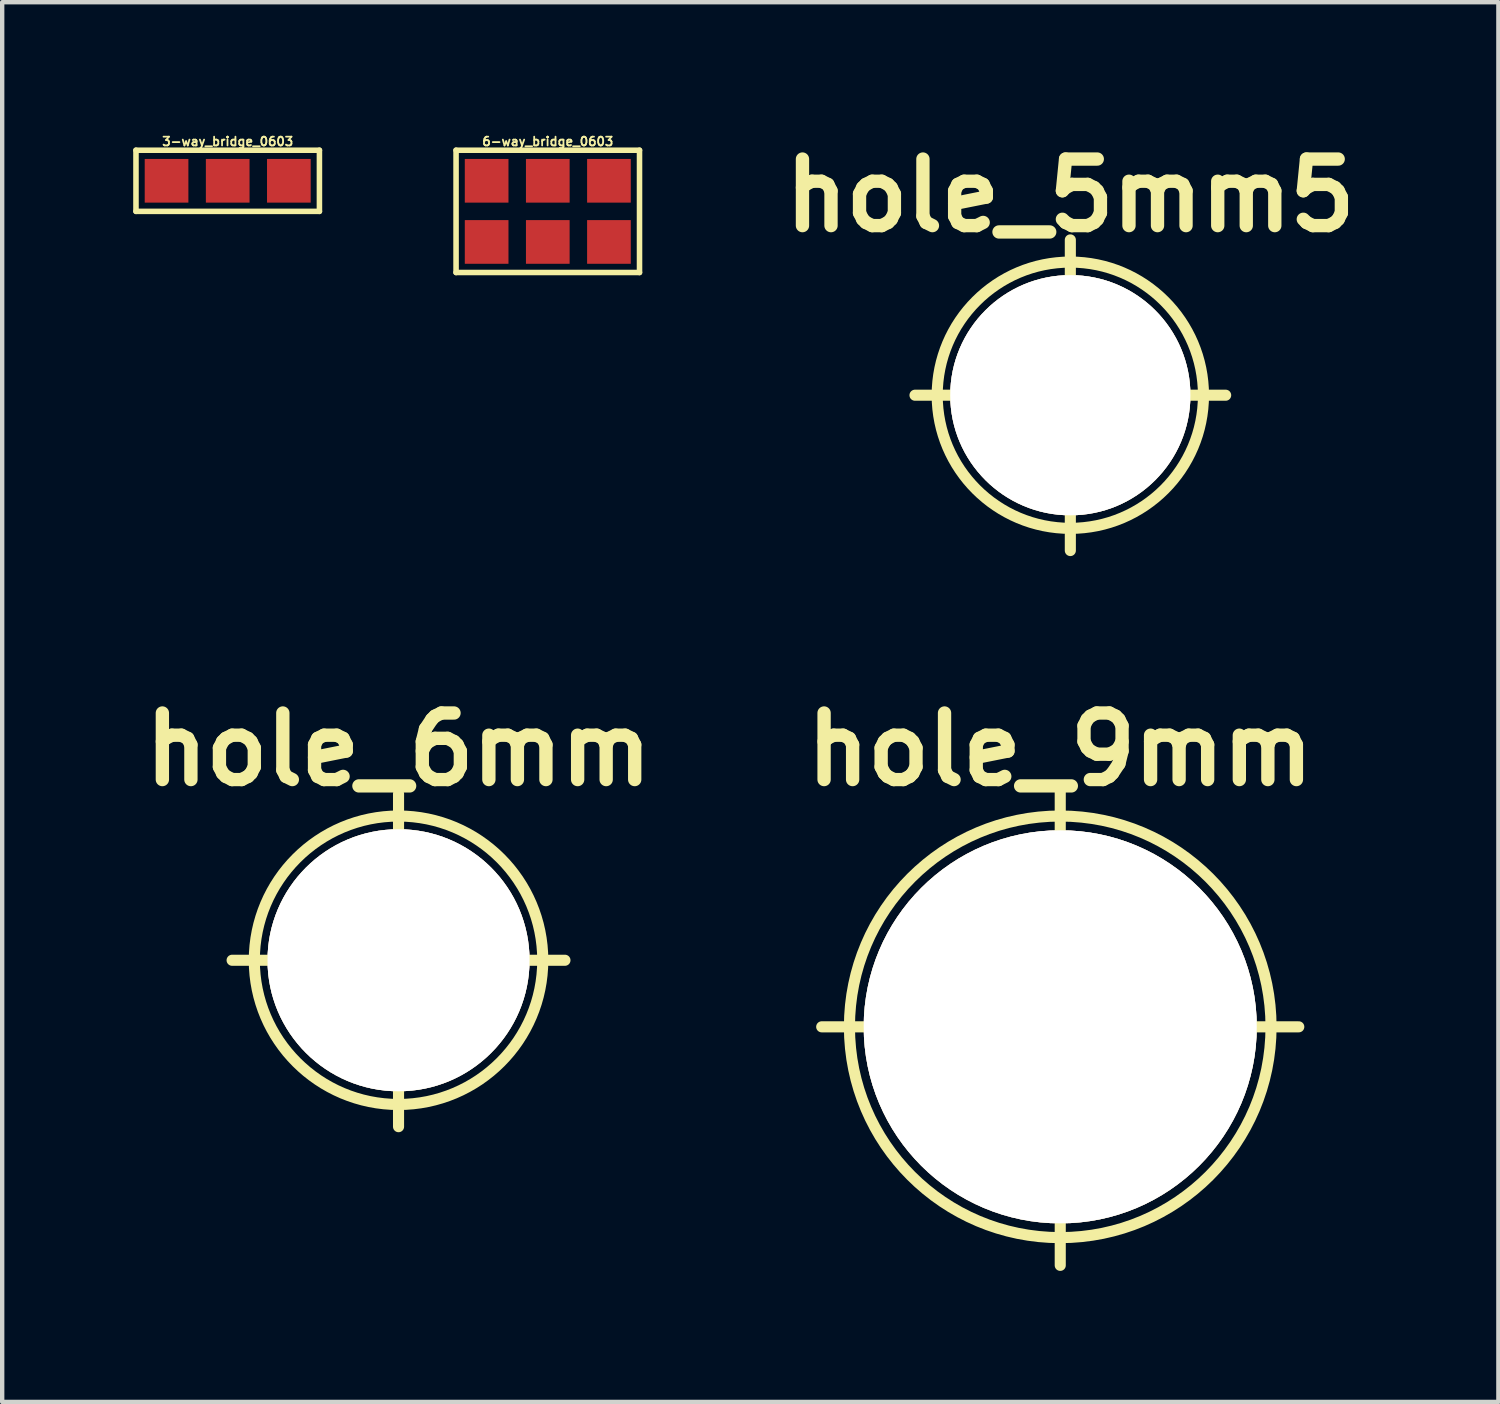
<source format=kicad_pcb>
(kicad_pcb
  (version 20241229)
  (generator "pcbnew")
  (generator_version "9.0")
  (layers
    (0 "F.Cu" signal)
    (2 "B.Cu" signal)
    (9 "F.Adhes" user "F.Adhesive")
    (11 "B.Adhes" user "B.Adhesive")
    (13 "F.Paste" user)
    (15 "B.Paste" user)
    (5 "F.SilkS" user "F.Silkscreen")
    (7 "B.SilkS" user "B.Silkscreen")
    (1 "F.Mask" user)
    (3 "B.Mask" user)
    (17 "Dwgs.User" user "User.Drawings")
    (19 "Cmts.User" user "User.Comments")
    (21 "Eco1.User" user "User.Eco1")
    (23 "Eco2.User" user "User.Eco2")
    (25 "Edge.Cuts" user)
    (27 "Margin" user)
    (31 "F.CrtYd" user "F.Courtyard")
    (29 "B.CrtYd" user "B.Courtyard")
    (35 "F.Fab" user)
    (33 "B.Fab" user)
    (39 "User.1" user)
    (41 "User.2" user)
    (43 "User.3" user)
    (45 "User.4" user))
  (footprint "hole_9mm"
    (layer "F.Cu")
    (at 21.223 20.458)
    (property "Reference" "hole_9mm" (at 0 -6.35 0) (layer "F.SilkS") (effects (font (size 1.524 1.524) (thickness 0.305))))
    (attr through_hole)
    (fp_line (start -5.461 0) (end 5.461 0) (stroke (width 0.254) (type solid)) (layer "F.SilkS"))
    (fp_line (start 0 -5.461) (end 0 5.461) (stroke (width 0.254) (type solid)) (layer "F.SilkS"))
    (fp_circle (center 0 0) (end 4.826 0) (stroke (width 0.254) (type solid)) (fill no) (layer "F.SilkS"))
    (pad "1" thru_hole circle (at 0 0) (size 8.999 8.999) (drill 8.999) (layers "*.Cu" "F.SilkS")))
  (footprint "hole_5mm5"
    (layer "F.Cu")
    (at 21.454 5.998)
    (property "Reference" "hole_5mm5" (at 0 -4.572 0) (layer "F.SilkS") (effects (font (size 1.524 1.524) (thickness 0.305))))
    (attr through_hole)
    (fp_line (start -3.556 0) (end 3.556 0) (stroke (width 0.254) (type solid)) (layer "F.SilkS"))
    (fp_line (start 0 -3.556) (end 0 3.556) (stroke (width 0.254) (type solid)) (layer "F.SilkS"))
    (fp_circle (center 0 0) (end 3.048 0) (stroke (width 0.254) (type solid)) (fill no) (layer "F.SilkS"))
    (pad "1" thru_hole circle (at 0 0) (size 5.499 5.499) (drill 5.499) (layers "*.Cu" "F.SilkS")))
  (footprint "hole_6mm"
    (layer "F.Cu")
    (at 6.074 18.934)
    (property "Reference" "hole_6mm" (at 0 -4.826 0) (layer "F.SilkS") (effects (font (size 1.524 1.524) (thickness 0.305))))
    (attr through_hole)
    (fp_line (start -3.81 0) (end 3.81 0) (stroke (width 0.254) (type solid)) (layer "F.SilkS"))
    (fp_line (start 0 -3.81) (end 0 3.81) (stroke (width 0.254) (type solid)) (layer "F.SilkS"))
    (fp_circle (center 0 0) (end 3.302 0) (stroke (width 0.254) (type solid)) (fill no) (layer "F.SilkS"))
    (pad "1" thru_hole circle (at 0 0) (size 5.999 5.999) (drill 5.999) (layers "*.Cu" "F.SilkS")))
  (footprint "6-way_bridge_0603"
    (layer "F.Cu")
    (at 9.491 1.789)
    (property "Reference" "6-way_bridge_0603" (at 0 -1.6 0) (layer "F.SilkS") (effects (font (size 0.201 0.201) (thickness 0.041))))
    (attr through_hole)
    (fp_line (start -2.1 -1.4) (end 2.1 -1.4) (stroke (width 0.127) (type solid)) (layer "F.SilkS"))
    (fp_line (start -2.1 1.4) (end -2.1 -1.4) (stroke (width 0.127) (type solid)) (layer "F.SilkS"))
    (fp_line (start 2.1 1.4) (end -2.1 1.4) (stroke (width 0.127) (type solid)) (layer "F.SilkS"))
    (fp_line (start 2.1 1.4) (end 2.1 -1.4) (stroke (width 0.127) (type solid)) (layer "F.SilkS"))
    (pad "1" smd rect (at 1.4 -0.7) (size 1 1) (layers "F.Cu" "F.Mask" "F.Paste"))
    (pad "2" smd rect (at 1.4 0.7) (size 1 1) (layers "F.Cu" "F.Mask" "F.Paste"))
    (pad "3" smd rect (at 0 -0.7) (size 1 1) (layers "F.Cu" "F.Mask" "F.Paste"))
    (pad "4" smd rect (at 0 0.7) (size 1 1) (layers "F.Cu" "F.Mask" "F.Paste"))
    (pad "5" smd rect (at -1.4 -0.7) (size 1 1) (layers "F.Cu" "F.Mask" "F.Paste"))
    (pad "6" smd rect (at -1.4 0.7) (size 1 1) (layers "F.Cu" "F.Mask" "F.Paste")))
  (footprint "3-way_bridge_0603"
    (layer "F.Cu")
    (at 2.163 1.089)
    (property "Reference" "3-way_bridge_0603" (at 0 -0.9 0) (layer "F.SilkS") (effects (font (size 0.201 0.201) (thickness 0.041))))
    (attr through_hole)
    (fp_line (start -2.1 -0.7) (end -2.1 0.7) (stroke (width 0.127) (type solid)) (layer "F.SilkS"))
    (fp_line (start -2.1 -0.7) (end 2.1 -0.7) (stroke (width 0.127) (type solid)) (layer "F.SilkS"))
    (fp_line (start 2.1 -0.7) (end 2.1 0.7) (stroke (width 0.127) (type solid)) (layer "F.SilkS"))
    (fp_line (start 2.1 0.7) (end -2.1 0.7) (stroke (width 0.127) (type solid)) (layer "F.SilkS"))
    (pad "1" smd rect (at 1.4 0) (size 1 1) (layers "F.Cu" "F.Mask" "F.Paste"))
    (pad "2" smd rect (at 0 0) (size 1 1) (layers "F.Cu" "F.Mask" "F.Paste"))
    (pad "3" smd rect (at -1.4 0) (size 1 1) (layers "F.Cu" "F.Mask" "F.Paste")))
  (gr_rect
    (start -3 -3)
    (end 31.254 29.046)
    (stroke (width 0.1) (type default))
    (fill no)
    (layer "Edge.Cuts")))
</source>
